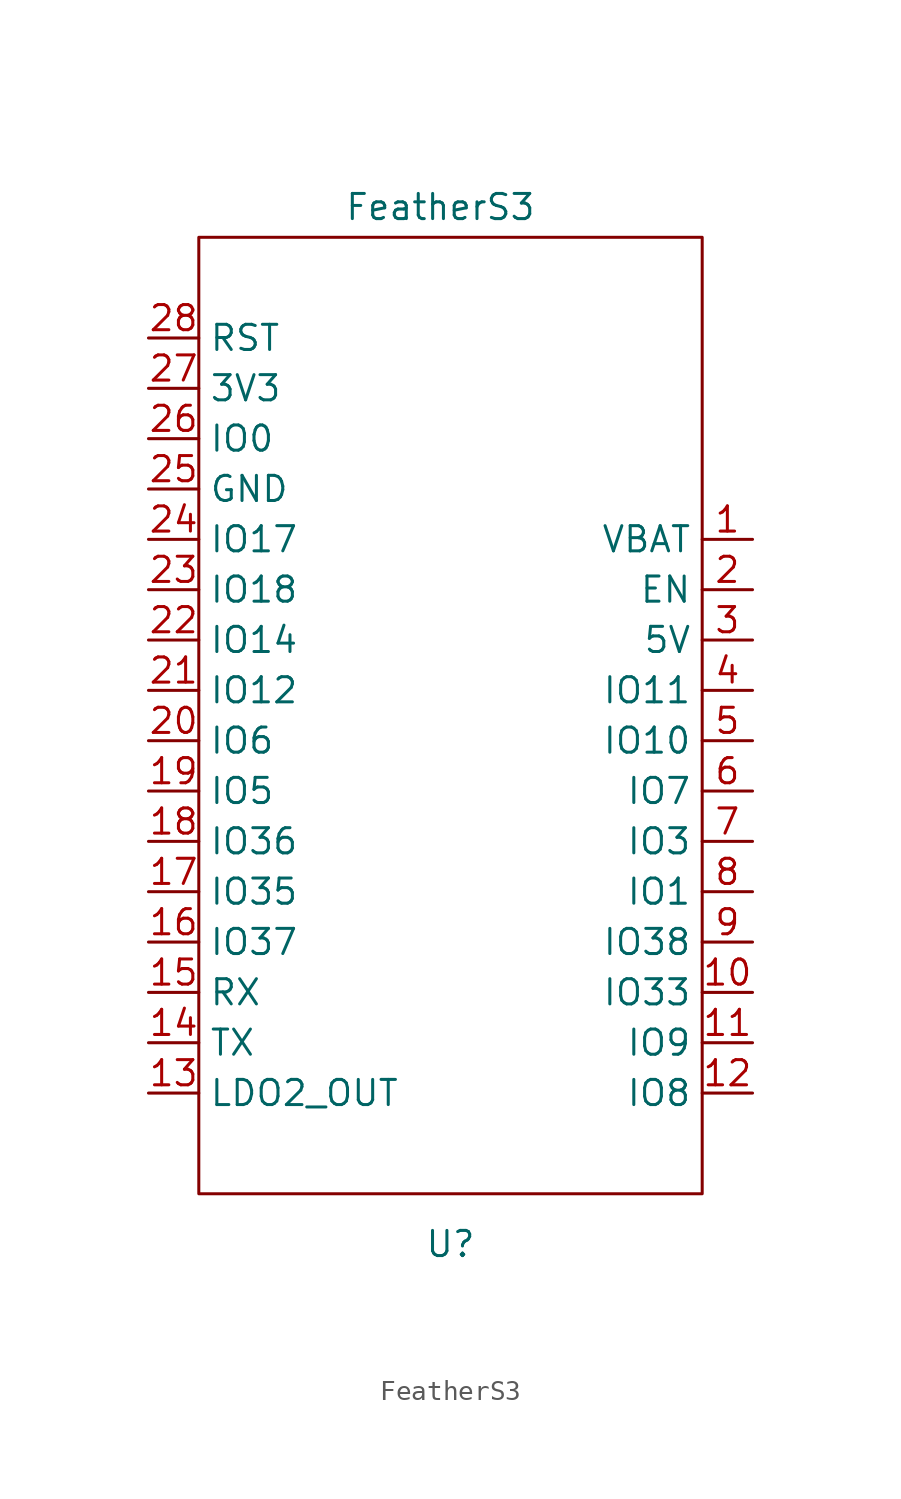
<source format=kicad_sym>
(kicad_symbol_lib
  (version 20220914)
  (generator kicad_symbol_editor)
  (symbol "FeatherS3"
    (property "Reference" "U"
      (at 0 -30.48 0)
      (effects (font (size 1.27 1.27))))
    (property "Value" "FeatherS3"
      (at -0.508 21.844 0)
      (effects (font (size 1.27 1.27))))
    (symbol "FeatherS3_0_1"
      (rectangle (start -12.7 20.32) (end 12.7 -27.94) (stroke (width 0.152) (type default)) (fill (type none))))
    (symbol "FeatherS3_1_1"
      (pin power_in line (at 15.24 5.08 180) (length 2.54) (name "VBAT" (effects (font (size 1.27 1.27)))) (number "1" (effects (font (size 1.27 1.27)))))
      (pin bidirectional line (at 15.24 -17.78 180) (length 2.54) (name "IO33" (effects (font (size 1.27 1.27)))) (number "10" (effects (font (size 1.27 1.27)))))
      (pin bidirectional line (at 15.24 -20.32 180) (length 2.54) (name "IO9" (effects (font (size 1.27 1.27)))) (number "11" (effects (font (size 1.27 1.27)))))
      (pin bidirectional line (at 15.24 -22.86 180) (length 2.54) (name "IO8" (effects (font (size 1.27 1.27)))) (number "12" (effects (font (size 1.27 1.27)))))
      (pin power_out line (at -15.24 -22.86 0) (length 2.54) (name "LDO2_OUT" (effects (font (size 1.27 1.27)))) (number "13" (effects (font (size 1.27 1.27)))))
      (pin bidirectional line (at -15.24 -20.32 0) (length 2.54) (name "TX" (effects (font (size 1.27 1.27)))) (number "14" (effects (font (size 1.27 1.27)))))
      (pin bidirectional line (at -15.24 -17.78 0) (length 2.54) (name "RX" (effects (font (size 1.27 1.27)))) (number "15" (effects (font (size 1.27 1.27)))))
      (pin bidirectional line (at -15.24 -15.24 0) (length 2.54) (name "IO37" (effects (font (size 1.27 1.27)))) (number "16" (effects (font (size 1.27 1.27)))))
      (pin bidirectional line (at -15.24 -12.7 0) (length 2.54) (name "IO35" (effects (font (size 1.27 1.27)))) (number "17" (effects (font (size 1.27 1.27)))))
      (pin bidirectional line (at -15.24 -10.16 0) (length 2.54) (name "IO36" (effects (font (size 1.27 1.27)))) (number "18" (effects (font (size 1.27 1.27)))))
      (pin bidirectional line (at -15.24 -7.62 0) (length 2.54) (name "IO5" (effects (font (size 1.27 1.27)))) (number "19" (effects (font (size 1.27 1.27)))))
      (pin input line (at 15.24 2.54 180) (length 2.54) (name "EN" (effects (font (size 1.27 1.27)))) (number "2" (effects (font (size 1.27 1.27)))))
      (pin bidirectional line (at -15.24 -5.08 0) (length 2.54) (name "IO6" (effects (font (size 1.27 1.27)))) (number "20" (effects (font (size 1.27 1.27)))))
      (pin bidirectional line (at -15.24 -2.54 0) (length 2.54) (name "IO12" (effects (font (size 1.27 1.27)))) (number "21" (effects (font (size 1.27 1.27)))))
      (pin bidirectional line (at -15.24 0 0) (length 2.54) (name "IO14" (effects (font (size 1.27 1.27)))) (number "22" (effects (font (size 1.27 1.27)))))
      (pin bidirectional line (at -15.24 2.54 0) (length 2.54) (name "IO18" (effects (font (size 1.27 1.27)))) (number "23" (effects (font (size 1.27 1.27)))))
      (pin bidirectional line (at -15.24 5.08 0) (length 2.54) (name "IO17" (effects (font (size 1.27 1.27)))) (number "24" (effects (font (size 1.27 1.27)))))
      (pin power_in line (at -15.24 7.62 0) (length 2.54) (name "GND" (effects (font (size 1.27 1.27)))) (number "25" (effects (font (size 1.27 1.27)))))
      (pin bidirectional line (at -15.24 10.16 0) (length 2.54) (name "IO0" (effects (font (size 1.27 1.27)))) (number "26" (effects (font (size 1.27 1.27)))))
      (pin power_in line (at -15.24 12.7 0) (length 2.54) (name "3V3" (effects (font (size 1.27 1.27)))) (number "27" (effects (font (size 1.27 1.27)))))
      (pin input line (at -15.24 15.24 0) (length 2.54) (name "RST" (effects (font (size 1.27 1.27)))) (number "28" (effects (font (size 1.27 1.27)))))
      (pin power_in line (at 15.24 0 180) (length 2.54) (name "5V" (effects (font (size 1.27 1.27)))) (number "3" (effects (font (size 1.27 1.27)))))
      (pin bidirectional line (at 15.24 -2.54 180) (length 2.54) (name "IO11" (effects (font (size 1.27 1.27)))) (number "4" (effects (font (size 1.27 1.27)))))
      (pin bidirectional line (at 15.24 -5.08 180) (length 2.54) (name "IO10" (effects (font (size 1.27 1.27)))) (number "5" (effects (font (size 1.27 1.27)))))
      (pin bidirectional line (at 15.24 -7.62 180) (length 2.54) (name "IO7" (effects (font (size 1.27 1.27)))) (number "6" (effects (font (size 1.27 1.27)))))
      (pin bidirectional line (at 15.24 -10.16 180) (length 2.54) (name "IO3" (effects (font (size 1.27 1.27)))) (number "7" (effects (font (size 1.27 1.27)))))
      (pin bidirectional line (at 15.24 -12.7 180) (length 2.54) (name "IO1" (effects (font (size 1.27 1.27)))) (number "8" (effects (font (size 1.27 1.27)))))
      (pin bidirectional line (at 15.24 -15.24 180) (length 2.54) (name "IO38" (effects (font (size 1.27 1.27)))) (number "9" (effects (font (size 1.27 1.27))))))))
</source>
